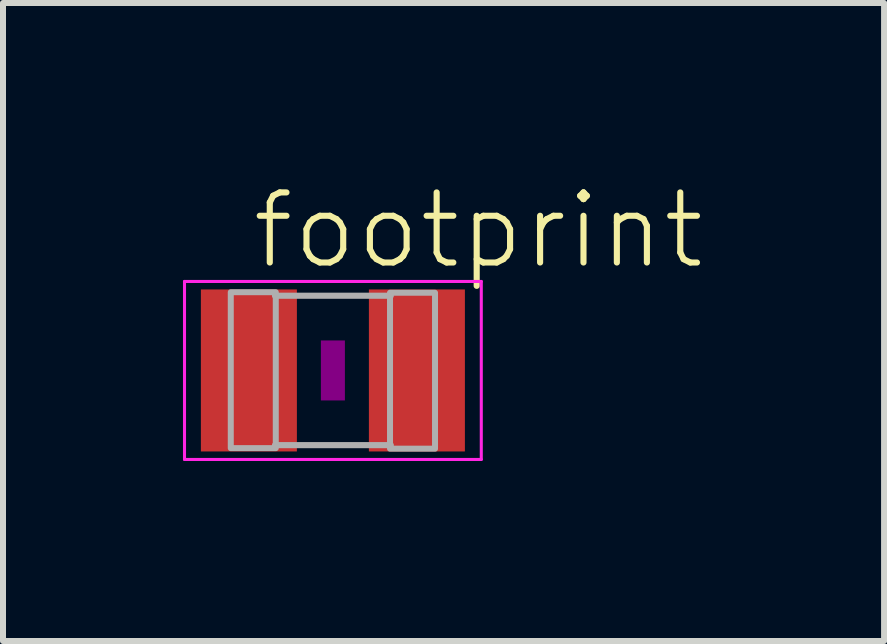
<source format=kicad_pcb>
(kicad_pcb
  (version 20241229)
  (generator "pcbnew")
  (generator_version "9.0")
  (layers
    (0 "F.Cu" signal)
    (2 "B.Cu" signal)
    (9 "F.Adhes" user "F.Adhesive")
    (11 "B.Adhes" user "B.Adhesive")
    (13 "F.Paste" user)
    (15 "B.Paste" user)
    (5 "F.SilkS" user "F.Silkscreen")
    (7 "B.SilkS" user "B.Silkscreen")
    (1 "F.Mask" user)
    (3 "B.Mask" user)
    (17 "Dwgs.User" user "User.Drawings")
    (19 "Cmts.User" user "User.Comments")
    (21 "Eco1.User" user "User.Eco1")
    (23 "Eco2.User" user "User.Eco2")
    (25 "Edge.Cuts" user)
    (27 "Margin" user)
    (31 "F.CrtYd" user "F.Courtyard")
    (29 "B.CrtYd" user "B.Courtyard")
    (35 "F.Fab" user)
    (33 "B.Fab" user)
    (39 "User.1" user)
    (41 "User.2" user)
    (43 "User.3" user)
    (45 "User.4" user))
  (footprint "footprint"
    (layer "F.Cu")
    (at 2.498 3.124)
    (property "Reference" "footprint" (at -1.397 -1.651 0) (layer "F.SilkS") (effects (font (size 1.168 1.168) (thickness 0.102)) (justify left bottom)))
    (fp_poly (pts (xy -0.2 0.5) (xy 0.2 0.5) (xy 0.2 -0.5) (xy -0.2 -0.5)) (stroke (width 0) (type solid)) (fill yes) (layer "F.Adhes"))
    (fp_line (start -2.473 -1.483) (end 2.473 -1.483) (stroke (width 0.051) (type solid)) (layer "F.CrtYd"))
    (fp_line (start -2.473 1.483) (end -2.473 -1.483) (stroke (width 0.051) (type solid)) (layer "F.CrtYd"))
    (fp_line (start 2.473 -1.483) (end 2.473 1.483) (stroke (width 0.051) (type solid)) (layer "F.CrtYd"))
    (fp_line (start 2.473 1.483) (end -2.473 1.483) (stroke (width 0.051) (type solid)) (layer "F.CrtYd"))
    (fp_line (start -0.965 -1.245) (end 0.965 -1.245) (stroke (width 0.102) (type solid)) (layer "F.Fab"))
    (fp_line (start -0.965 1.245) (end 0.965 1.245) (stroke (width 0.102) (type solid)) (layer "F.Fab"))
    (fp_poly (pts (xy -1.702 1.295) (xy -0.952 1.295) (xy -0.952 -1.304) (xy -1.702 -1.304)) (stroke (width 0.1) (type solid)) (fill no) (layer "F.Fab"))
    (fp_poly (pts (xy 0.952 1.304) (xy 1.702 1.304) (xy 1.702 -1.295) (xy 0.952 -1.295)) (stroke (width 0.1) (type solid)) (fill no) (layer "F.Fab"))
    (pad "1" smd rect (at -1.4 0) (size 1.6 2.7) (layers "F.Cu" "F.Mask" "F.Paste"))
    (pad "2" smd rect (at 1.4 0) (size 1.6 2.7) (layers "F.Cu" "F.Mask" "F.Paste")))
  (gr_rect
    (start -3 -3)
    (end 11.684 7.633)
    (stroke (width 0.1) (type default))
    (fill no)
    (layer "Edge.Cuts")))
</source>
